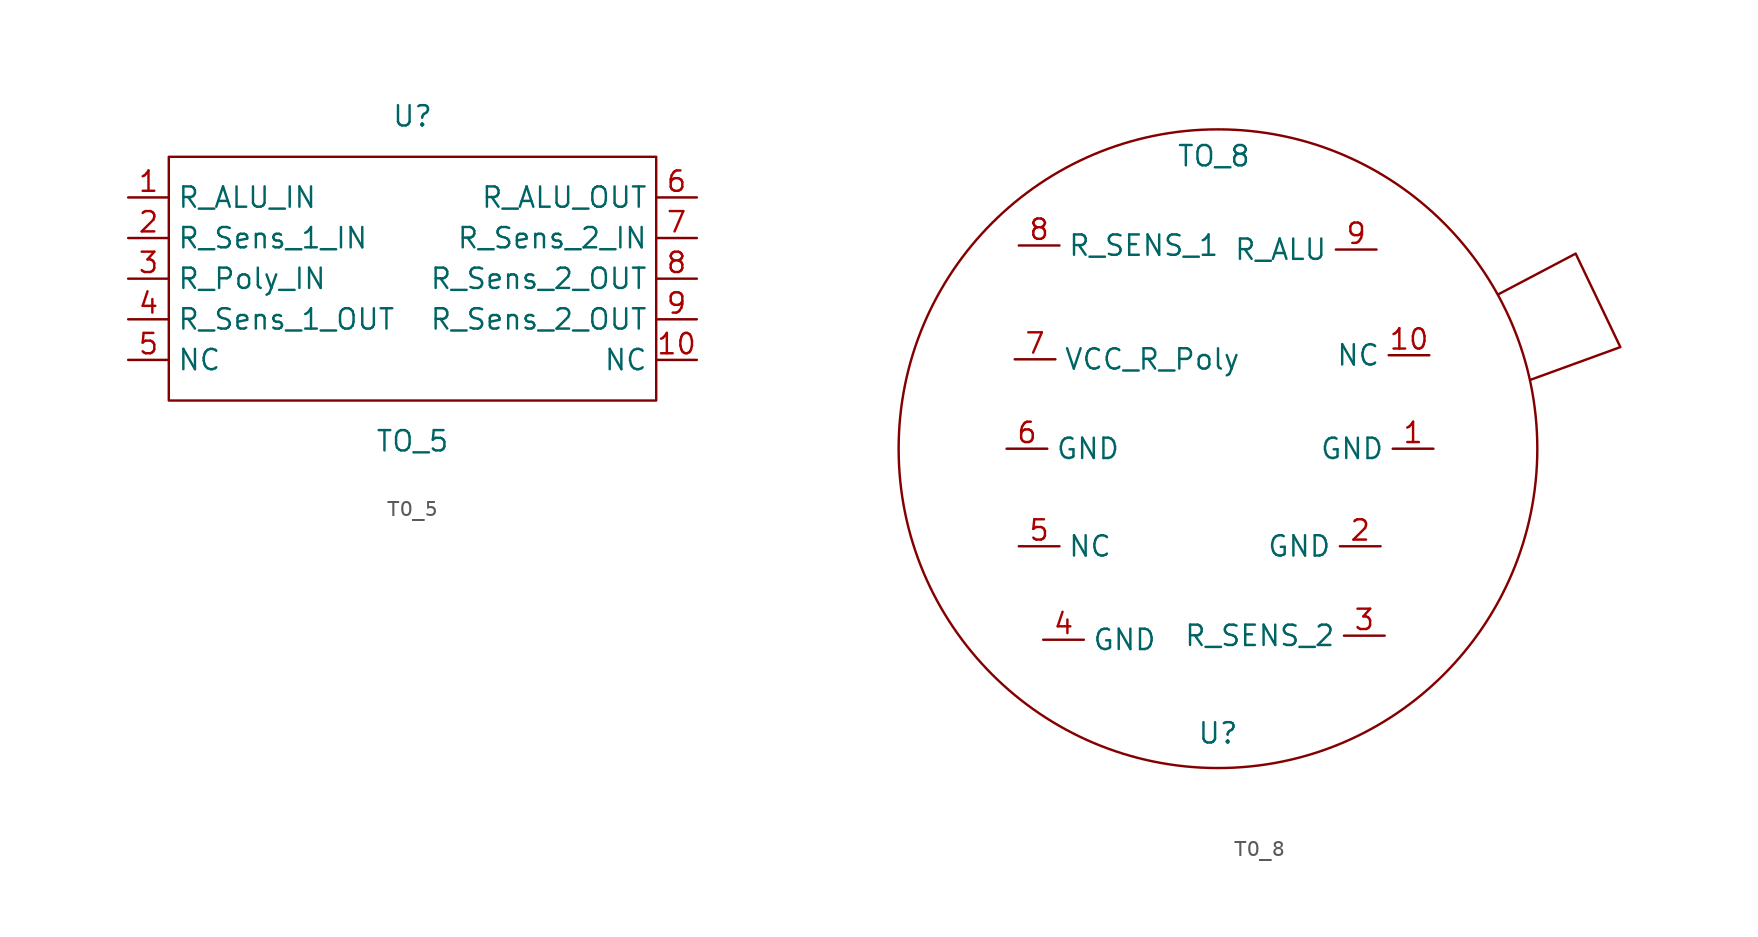
<source format=kicad_sym>
(kicad_symbol_lib
  (version 20211014)
  (generator kicad_symbol_editor)
  (symbol "TO_5"
    (property "Reference" "U"
      (at 0 12.7 0)
      (effects (font (size 1.27 1.27))))
    (property "Value" "TO_5"
      (at 0 -7.62 0)
      (effects (font (size 1.27 1.27))))
    (symbol "TO_5_0_1"
      (rectangle (start -15.24 10.16) (end 15.24 -5.08) (stroke (width 0.152) (type default) (color 0 0 0 0)) (fill (type none))))
    (symbol "TO_5_1_1"
      (pin input line (at -17.78 7.62 0) (length 2.54) (name "R_ALU_IN" (effects (font (size 1.27 1.27)))) (number "1" (effects (font (size 1.27 1.27)))))
      (pin input line (at 17.78 -2.54 180) (length 2.54) (name "NC" (effects (font (size 1.27 1.27)))) (number "10" (effects (font (size 1.27 1.27)))))
      (pin input line (at -17.78 5.08 0) (length 2.54) (name "R_Sens_1_IN" (effects (font (size 1.27 1.27)))) (number "2" (effects (font (size 1.27 1.27)))))
      (pin input line (at -17.78 2.54 0) (length 2.54) (name "R_Poly_IN" (effects (font (size 1.27 1.27)))) (number "3" (effects (font (size 1.27 1.27)))))
      (pin input line (at -17.78 0 0) (length 2.54) (name "R_Sens_1_OUT" (effects (font (size 1.27 1.27)))) (number "4" (effects (font (size 1.27 1.27)))))
      (pin input line (at -17.78 -2.54 0) (length 2.54) (name "NC" (effects (font (size 1.27 1.27)))) (number "5" (effects (font (size 1.27 1.27)))))
      (pin input line (at 17.78 7.62 180) (length 2.54) (name "R_ALU_OUT" (effects (font (size 1.27 1.27)))) (number "6" (effects (font (size 1.27 1.27)))))
      (pin input line (at 17.78 5.08 180) (length 2.54) (name "R_Sens_2_IN" (effects (font (size 1.27 1.27)))) (number "7" (effects (font (size 1.27 1.27)))))
      (pin input line (at 17.78 2.54 180) (length 2.54) (name "R_Sens_2_OUT" (effects (font (size 1.27 1.27)))) (number "8" (effects (font (size 1.27 1.27)))))
      (pin input line (at 17.78 0 180) (length 2.54) (name "R_Sens_2_OUT" (effects (font (size 1.27 1.27)))) (number "9" (effects (font (size 1.27 1.27)))))))
  (symbol "TO_8"
    (property "Reference" "U"
      (at 0 -17.78 0)
      (effects (font (size 1.27 1.27))))
    (property "Value" "TO_8"
      (at -0.254 18.288 0)
      (effects (font (size 1.27 1.27))))
    (symbol "TO_8_0_1"
      (polyline (pts (xy 17.526 9.652) (xy 22.352 12.192) (xy 25.146 6.35) (xy 19.558 4.318)) (stroke (width 0.152) (type default) (color 0 0 0 0)) (fill (type none)))
      (circle (center 0 0) (radius 19.956) (stroke (width 0.152) (type default) (color 0 0 0 0)) (fill (type none))))
    (symbol "TO_8_1_1"
      (pin input line (at 13.462 0 180) (length 2.54) (name "GND" (effects (font (size 1.27 1.27)))) (number "1" (effects (font (size 1.27 1.27)))))
      (pin input line (at 13.208 5.842 180) (length 2.54) (name "NC" (effects (font (size 1.27 1.27)))) (number "10" (effects (font (size 1.27 1.27)))))
      (pin input line (at 10.16 -6.096 180) (length 2.54) (name "GND" (effects (font (size 1.27 1.27)))) (number "2" (effects (font (size 1.27 1.27)))))
      (pin input line (at 10.414 -11.684 180) (length 2.54) (name "R_SENS_2" (effects (font (size 1.27 1.27)))) (number "3" (effects (font (size 1.27 1.27)))))
      (pin input line (at -10.922 -11.938 0) (length 2.54) (name "GND" (effects (font (size 1.27 1.27)))) (number "4" (effects (font (size 1.27 1.27)))))
      (pin input line (at -12.446 -6.096 0) (length 2.54) (name "NC" (effects (font (size 1.27 1.27)))) (number "5" (effects (font (size 1.27 1.27)))))
      (pin input line (at -13.208 0 0) (length 2.54) (name "GND" (effects (font (size 1.27 1.27)))) (number "6" (effects (font (size 1.27 1.27)))))
      (pin input line (at -12.7 5.588 0) (length 2.54) (name "VCC_R_Poly" (effects (font (size 1.27 1.27)))) (number "7" (effects (font (size 1.27 1.27)))))
      (pin input line (at -12.446 12.7 0) (length 2.54) (name "R_SENS_1" (effects (font (size 1.27 1.27)))) (number "8" (effects (font (size 1.27 1.27)))))
      (pin input line (at 9.906 12.446 180) (length 2.54) (name "R_ALU" (effects (font (size 1.27 1.27)))) (number "9" (effects (font (size 1.27 1.27))))))))
</source>
